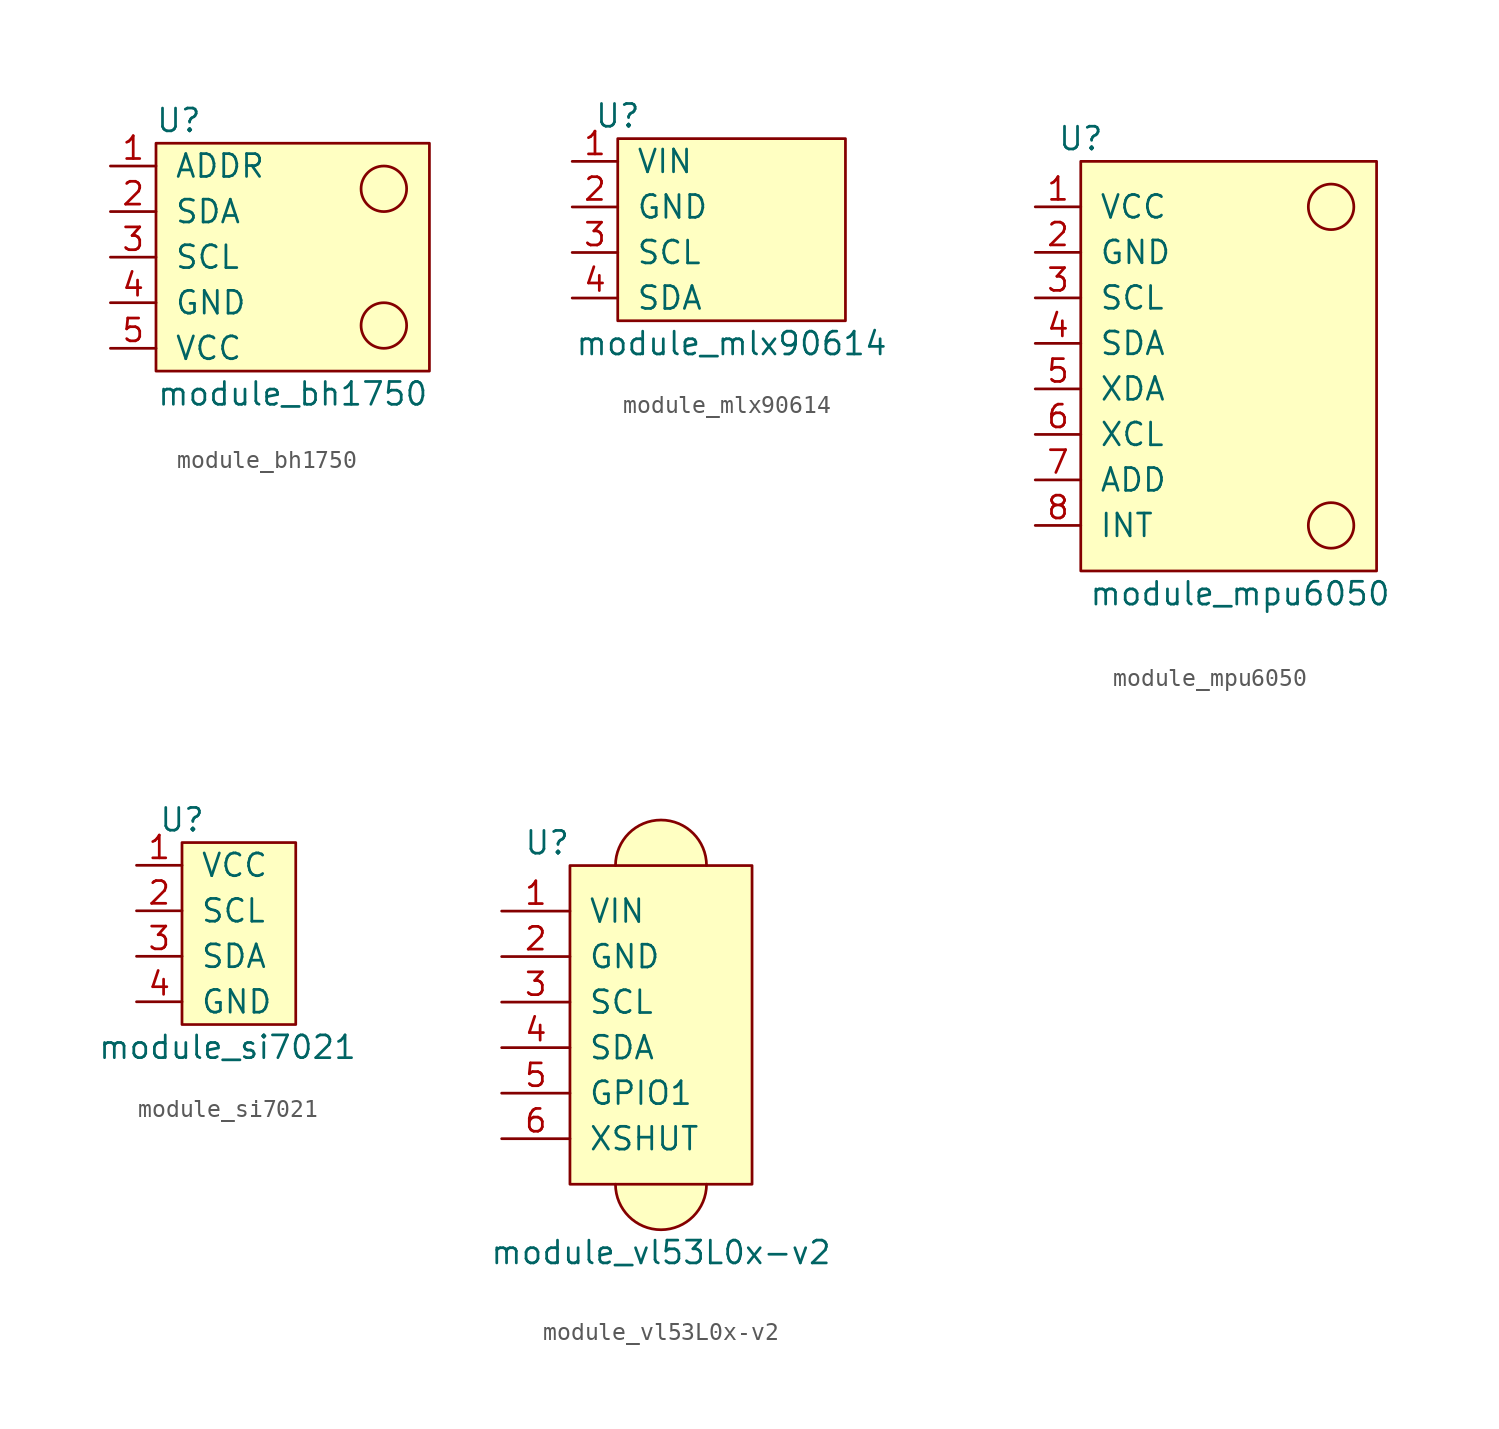
<source format=kicad_sym>
(kicad_symbol_lib
  (version 20241209)
  (generator "kicad_symbol_editor")
  (generator_version "9.0")
  (symbol "module_bh1750"
    (pin_names
      (offset 1.016))
    (property "Reference" "U"
      (at 3.81 10.16 0)
      (effects (font (size 1.27 1.27))))
    (property "Value" "module_bh1750"
      (at 10.16 -5.08 0)
      (effects (font (size 1.27 1.27))))
    (symbol "module_bh1750_0_1"
      (rectangle (start 2.54 8.89) (end 17.78 -3.81) (stroke (width 0) (type solid)) (fill (type background)))
      (circle (center 15.24 6.35) (radius 1.27) (stroke (width 0) (type solid)) (fill (type none)))
      (circle (center 15.24 -1.27) (radius 1.27) (stroke (width 0) (type solid)) (fill (type none))))
    (symbol "module_bh1750_1_1"
      (pin input line (at 0 7.62 0) (length 2.54) (name "ADDR" (effects (font (size 1.27 1.27)))) (number "1" (effects (font (size 1.27 1.27)))))
      (pin input line (at 0 5.08 0) (length 2.54) (name "SDA" (effects (font (size 1.27 1.27)))) (number "2" (effects (font (size 1.27 1.27)))))
      (pin input line (at 0 2.54 0) (length 2.54) (name "SCL" (effects (font (size 1.27 1.27)))) (number "3" (effects (font (size 1.27 1.27)))))
      (pin input line (at 0 0 0) (length 2.54) (name "GND" (effects (font (size 1.27 1.27)))) (number "4" (effects (font (size 1.27 1.27)))))
      (pin input line (at 0 -2.54 0) (length 2.54) (name "VCC" (effects (font (size 1.27 1.27)))) (number "5" (effects (font (size 1.27 1.27)))))))
  (symbol "module_mlx90614"
    (pin_names
      (offset 1.016))
    (property "Reference" "U"
      (at 2.54 11.43 0)
      (effects (font (size 1.27 1.27))))
    (property "Value" "module_mlx90614"
      (at 8.89 -1.27 0)
      (effects (font (size 1.27 1.27))))
    (symbol "module_mlx90614_0_1"
      (rectangle (start 2.54 10.16) (end 15.24 0) (stroke (width 0) (type solid)) (fill (type background))))
    (symbol "module_mlx90614_1_1"
      (pin input line (at 0 8.89 0) (length 2.54) (name "VIN" (effects (font (size 1.27 1.27)))) (number "1" (effects (font (size 1.27 1.27)))))
      (pin input line (at 0 6.35 0) (length 2.54) (name "GND" (effects (font (size 1.27 1.27)))) (number "2" (effects (font (size 1.27 1.27)))))
      (pin input line (at 0 3.81 0) (length 2.54) (name "SCL" (effects (font (size 1.27 1.27)))) (number "3" (effects (font (size 1.27 1.27)))))
      (pin input line (at 0 1.27 0) (length 2.54) (name "SDA" (effects (font (size 1.27 1.27)))) (number "4" (effects (font (size 1.27 1.27)))))))
  (symbol "module_mpu6050"
    (pin_names
      (offset 1.016))
    (property "Reference" "U"
      (at 2.54 21.59 0)
      (effects (font (size 1.27 1.27))))
    (property "Value" "module_mpu6050"
      (at 11.43 -3.81 0)
      (effects (font (size 1.27 1.27))))
    (symbol "module_mpu6050_0_1"
      (rectangle (start 2.54 20.32) (end 19.05 -2.54) (stroke (width 0) (type solid)) (fill (type background)))
      (circle (center 16.51 17.78) (radius 1.27) (stroke (width 0) (type solid)) (fill (type none)))
      (circle (center 16.51 0) (radius 1.27) (stroke (width 0) (type solid)) (fill (type none))))
    (symbol "module_mpu6050_1_1"
      (pin input line (at 0 17.78 0) (length 2.54) (name "VCC" (effects (font (size 1.27 1.27)))) (number "1" (effects (font (size 1.27 1.27)))))
      (pin input line (at 0 15.24 0) (length 2.54) (name "GND" (effects (font (size 1.27 1.27)))) (number "2" (effects (font (size 1.27 1.27)))))
      (pin input line (at 0 12.7 0) (length 2.54) (name "SCL" (effects (font (size 1.27 1.27)))) (number "3" (effects (font (size 1.27 1.27)))))
      (pin input line (at 0 10.16 0) (length 2.54) (name "SDA" (effects (font (size 1.27 1.27)))) (number "4" (effects (font (size 1.27 1.27)))))
      (pin input line (at 0 7.62 0) (length 2.54) (name "XDA" (effects (font (size 1.27 1.27)))) (number "5" (effects (font (size 1.27 1.27)))))
      (pin input line (at 0 5.08 0) (length 2.54) (name "XCL" (effects (font (size 1.27 1.27)))) (number "6" (effects (font (size 1.27 1.27)))))
      (pin input line (at 0 2.54 0) (length 2.54) (name "ADD" (effects (font (size 1.27 1.27)))) (number "7" (effects (font (size 1.27 1.27)))))
      (pin input line (at 0 0 0) (length 2.54) (name "INT" (effects (font (size 1.27 1.27)))) (number "8" (effects (font (size 1.27 1.27)))))))
  (symbol "module_si7021"
    (pin_names
      (offset 1.016))
    (property "Reference" "U"
      (at 2.54 13.97 0)
      (effects (font (size 1.27 1.27))))
    (property "Value" "module_si7021"
      (at 5.08 1.27 0)
      (effects (font (size 1.27 1.27))))
    (symbol "module_si7021_0_1"
      (rectangle (start 2.54 12.7) (end 8.89 2.54) (stroke (width 0) (type solid)) (fill (type background))))
    (symbol "module_si7021_1_1"
      (pin input line (at 0 11.43 0) (length 2.54) (name "VCC" (effects (font (size 1.27 1.27)))) (number "1" (effects (font (size 1.27 1.27)))))
      (pin input line (at 0 8.89 0) (length 2.54) (name "SCL" (effects (font (size 1.27 1.27)))) (number "2" (effects (font (size 1.27 1.27)))))
      (pin input line (at 0 6.35 0) (length 2.54) (name "SDA" (effects (font (size 1.27 1.27)))) (number "3" (effects (font (size 1.27 1.27)))))
      (pin input line (at 0 3.81 0) (length 2.54) (name "GND" (effects (font (size 1.27 1.27)))) (number "4" (effects (font (size 1.27 1.27)))))))
  (symbol "module_vl53L0x-v2"
    (pin_names
      (offset 1.016))
    (property "Reference" "U"
      (at 2.54 1.27 0)
      (effects (font (size 1.27 1.27))))
    (property "Value" "module_vl53L0x-v2"
      (at 8.89 -21.59 0)
      (effects (font (size 1.27 1.27))))
    (symbol "module_vl53L0x-v2_0_1"
      (rectangle (start 3.81 0) (end 13.97 -17.78) (stroke (width 0) (type solid)) (fill (type background)))
      (arc (start 6.35 0) (mid 8.89 2.54) (end 11.43 0) (stroke (width 0) (type solid)) (fill (type background)))
      (arc (start 11.43 -17.78) (mid 8.89 -20.32) (end 6.35 -17.78) (stroke (width 0) (type solid)) (fill (type background))))
    (symbol "module_vl53L0x-v2_1_1"
      (pin passive line (at 0 -2.54 0) (length 3.81) (name "VIN" (effects (font (size 1.27 1.27)))) (number "1" (effects (font (size 1.27 1.27)))))
      (pin passive line (at 0 -5.08 0) (length 3.81) (name "GND" (effects (font (size 1.27 1.27)))) (number "2" (effects (font (size 1.27 1.27)))))
      (pin passive line (at 0 -7.62 0) (length 3.81) (name "SCL" (effects (font (size 1.27 1.27)))) (number "3" (effects (font (size 1.27 1.27)))))
      (pin passive line (at 0 -10.16 0) (length 3.81) (name "SDA" (effects (font (size 1.27 1.27)))) (number "4" (effects (font (size 1.27 1.27)))))
      (pin passive line (at 0 -12.7 0) (length 3.81) (name "GPIO1" (effects (font (size 1.27 1.27)))) (number "5" (effects (font (size 1.27 1.27)))))
      (pin passive line (at 0 -15.24 0) (length 3.81) (name "XSHUT" (effects (font (size 1.27 1.27)))) (number "6" (effects (font (size 1.27 1.27))))))))
</source>
